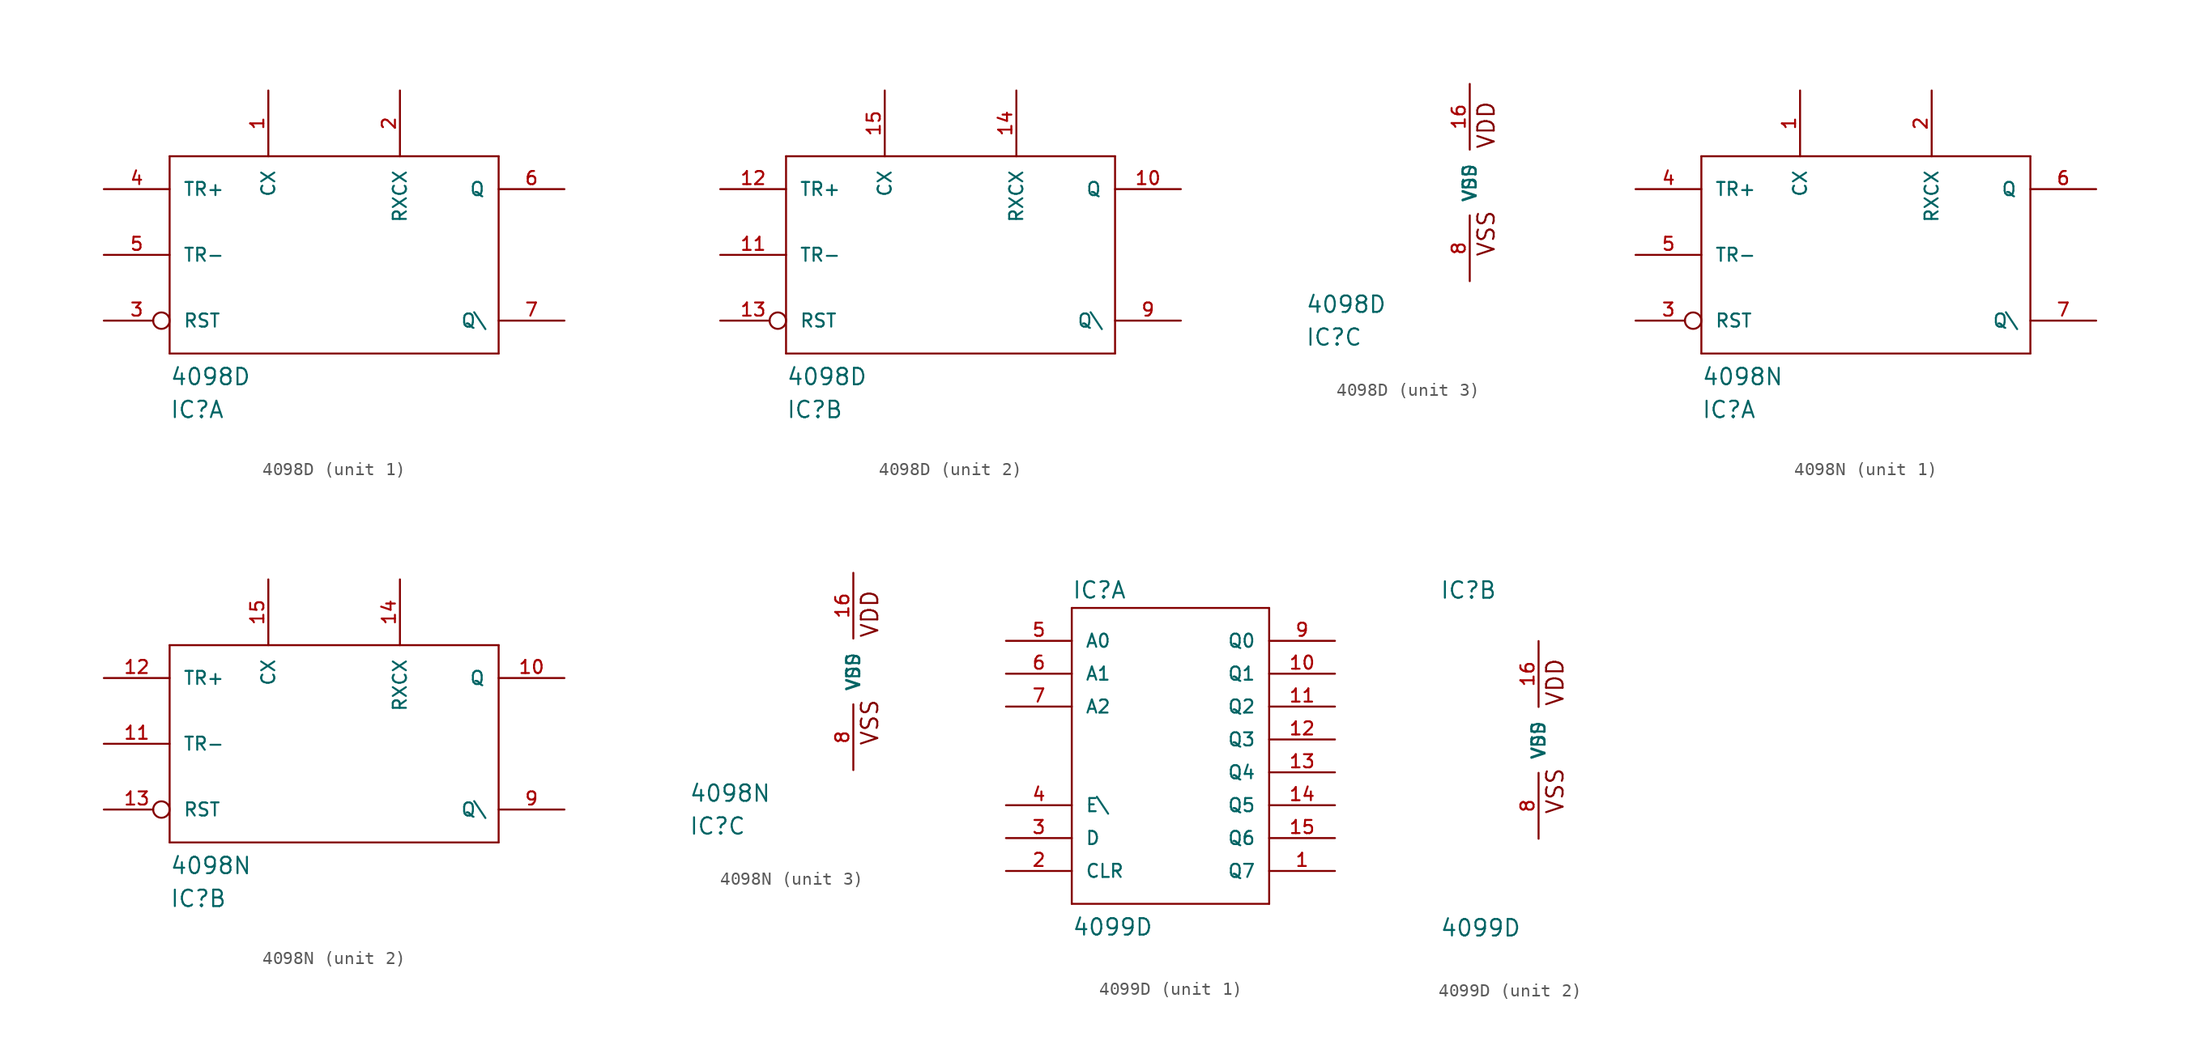
<source format=kicad_sym>
(kicad_symbol_lib
  (version 20211014)
  (generator kicad_symbol_editor)
  (symbol "4098D"
    (pin_names
      (offset 1.016))
    (property "Reference" "IC"
      (at -12.7 -12.7 0)
      (effects (font (size 1.27 1.27)) (justify left bottom)))
    (property "Value" "4098D"
      (at -12.7 -10.16 0)
      (effects (font (size 1.27 1.27)) (justify left bottom)))
    (property "ki_locked" ""
      (at 0 0 0)
      (effects (font (size 1.27 1.27))))
    (symbol "4098D_1_0"
      (polyline (pts (xy -12.7 -7.62) (xy 12.7 -7.62)) (stroke (width 0) (type default) (color 0 0 0 0)) (fill (type none)))
      (polyline (pts (xy -12.7 7.62) (xy -12.7 -7.62)) (stroke (width 0) (type default) (color 0 0 0 0)) (fill (type none)))
      (polyline (pts (xy 12.7 -7.62) (xy 12.7 7.62)) (stroke (width 0) (type default) (color 0 0 0 0)) (fill (type none)))
      (polyline (pts (xy 12.7 7.62) (xy -12.7 7.62)) (stroke (width 0) (type default) (color 0 0 0 0)) (fill (type none))))
    (symbol "4098D_1_1"
      (pin passive line (at -5.08 12.7 270) (length 5.08) (name "CX" (effects (font (size 1.016 1.016)))) (number "1" (effects (font (size 1.016 1.016)))))
      (pin passive line (at 5.08 12.7 270) (length 5.08) (name "RXCX" (effects (font (size 1.016 1.016)))) (number "2" (effects (font (size 1.016 1.016)))))
      (pin input inverted (at -17.78 -5.08 0) (length 5.08) (name "RST" (effects (font (size 1.016 1.016)))) (number "3" (effects (font (size 1.016 1.016)))))
      (pin input line (at -17.78 5.08 0) (length 5.08) (name "TR+" (effects (font (size 1.016 1.016)))) (number "4" (effects (font (size 1.016 1.016)))))
      (pin input line (at -17.78 0 0) (length 5.08) (name "TR-" (effects (font (size 1.016 1.016)))) (number "5" (effects (font (size 1.016 1.016)))))
      (pin output line (at 17.78 5.08 180) (length 5.08) (name "Q" (effects (font (size 1.016 1.016)))) (number "6" (effects (font (size 1.016 1.016)))))
      (pin output line (at 17.78 -5.08 180) (length 5.08) (name "Q\\" (effects (font (size 1.016 1.016)))) (number "7" (effects (font (size 1.016 1.016))))))
    (symbol "4098D_2_0"
      (polyline (pts (xy -12.7 -7.62) (xy 12.7 -7.62)) (stroke (width 0) (type default) (color 0 0 0 0)) (fill (type none)))
      (polyline (pts (xy -12.7 7.62) (xy -12.7 -7.62)) (stroke (width 0) (type default) (color 0 0 0 0)) (fill (type none)))
      (polyline (pts (xy 12.7 -7.62) (xy 12.7 7.62)) (stroke (width 0) (type default) (color 0 0 0 0)) (fill (type none)))
      (polyline (pts (xy 12.7 7.62) (xy -12.7 7.62)) (stroke (width 0) (type default) (color 0 0 0 0)) (fill (type none))))
    (symbol "4098D_2_1"
      (pin output line (at 17.78 5.08 180) (length 5.08) (name "Q" (effects (font (size 1.016 1.016)))) (number "10" (effects (font (size 1.016 1.016)))))
      (pin input line (at -17.78 0 0) (length 5.08) (name "TR-" (effects (font (size 1.016 1.016)))) (number "11" (effects (font (size 1.016 1.016)))))
      (pin input line (at -17.78 5.08 0) (length 5.08) (name "TR+" (effects (font (size 1.016 1.016)))) (number "12" (effects (font (size 1.016 1.016)))))
      (pin input inverted (at -17.78 -5.08 0) (length 5.08) (name "RST" (effects (font (size 1.016 1.016)))) (number "13" (effects (font (size 1.016 1.016)))))
      (pin passive line (at 5.08 12.7 270) (length 5.08) (name "RXCX" (effects (font (size 1.016 1.016)))) (number "14" (effects (font (size 1.016 1.016)))))
      (pin passive line (at -5.08 12.7 270) (length 5.08) (name "CX" (effects (font (size 1.016 1.016)))) (number "15" (effects (font (size 1.016 1.016)))))
      (pin output line (at 17.78 -5.08 180) (length 5.08) (name "Q\\" (effects (font (size 1.016 1.016)))) (number "9" (effects (font (size 1.016 1.016))))))
    (symbol "4098D_3_0"
      (text "VDD" (at 1.27 4.445 1) (effects (font (size 1.27 1.27))))
      (text "VSS" (at 1.27 -3.937 1) (effects (font (size 1.27 1.27)))))
    (symbol "4098D_3_1"
      (pin power_in line (at 0 7.62 270) (length 5.08) (name "VDD" (effects (font (size 1.016 1.016)))) (number "16" (effects (font (size 1.016 1.016)))))
      (pin power_in line (at 0 -7.62 90) (length 5.08) (name "VSS" (effects (font (size 1.016 1.016)))) (number "8" (effects (font (size 1.016 1.016)))))))
  (symbol "4098N"
    (pin_names
      (offset 1.016))
    (property "Reference" "IC"
      (at -12.7 -12.7 0)
      (effects (font (size 1.27 1.27)) (justify left bottom)))
    (property "Value" "4098N"
      (at -12.7 -10.16 0)
      (effects (font (size 1.27 1.27)) (justify left bottom)))
    (property "ki_locked" ""
      (at 0 0 0)
      (effects (font (size 1.27 1.27))))
    (symbol "4098N_1_0"
      (polyline (pts (xy -12.7 -7.62) (xy 12.7 -7.62)) (stroke (width 0) (type default) (color 0 0 0 0)) (fill (type none)))
      (polyline (pts (xy -12.7 7.62) (xy -12.7 -7.62)) (stroke (width 0) (type default) (color 0 0 0 0)) (fill (type none)))
      (polyline (pts (xy 12.7 -7.62) (xy 12.7 7.62)) (stroke (width 0) (type default) (color 0 0 0 0)) (fill (type none)))
      (polyline (pts (xy 12.7 7.62) (xy -12.7 7.62)) (stroke (width 0) (type default) (color 0 0 0 0)) (fill (type none))))
    (symbol "4098N_1_1"
      (pin passive line (at -5.08 12.7 270) (length 5.08) (name "CX" (effects (font (size 1.016 1.016)))) (number "1" (effects (font (size 1.016 1.016)))))
      (pin passive line (at 5.08 12.7 270) (length 5.08) (name "RXCX" (effects (font (size 1.016 1.016)))) (number "2" (effects (font (size 1.016 1.016)))))
      (pin input inverted (at -17.78 -5.08 0) (length 5.08) (name "RST" (effects (font (size 1.016 1.016)))) (number "3" (effects (font (size 1.016 1.016)))))
      (pin input line (at -17.78 5.08 0) (length 5.08) (name "TR+" (effects (font (size 1.016 1.016)))) (number "4" (effects (font (size 1.016 1.016)))))
      (pin input line (at -17.78 0 0) (length 5.08) (name "TR-" (effects (font (size 1.016 1.016)))) (number "5" (effects (font (size 1.016 1.016)))))
      (pin output line (at 17.78 5.08 180) (length 5.08) (name "Q" (effects (font (size 1.016 1.016)))) (number "6" (effects (font (size 1.016 1.016)))))
      (pin output line (at 17.78 -5.08 180) (length 5.08) (name "Q\\" (effects (font (size 1.016 1.016)))) (number "7" (effects (font (size 1.016 1.016))))))
    (symbol "4098N_2_0"
      (polyline (pts (xy -12.7 -7.62) (xy 12.7 -7.62)) (stroke (width 0) (type default) (color 0 0 0 0)) (fill (type none)))
      (polyline (pts (xy -12.7 7.62) (xy -12.7 -7.62)) (stroke (width 0) (type default) (color 0 0 0 0)) (fill (type none)))
      (polyline (pts (xy 12.7 -7.62) (xy 12.7 7.62)) (stroke (width 0) (type default) (color 0 0 0 0)) (fill (type none)))
      (polyline (pts (xy 12.7 7.62) (xy -12.7 7.62)) (stroke (width 0) (type default) (color 0 0 0 0)) (fill (type none))))
    (symbol "4098N_2_1"
      (pin output line (at 17.78 5.08 180) (length 5.08) (name "Q" (effects (font (size 1.016 1.016)))) (number "10" (effects (font (size 1.016 1.016)))))
      (pin input line (at -17.78 0 0) (length 5.08) (name "TR-" (effects (font (size 1.016 1.016)))) (number "11" (effects (font (size 1.016 1.016)))))
      (pin input line (at -17.78 5.08 0) (length 5.08) (name "TR+" (effects (font (size 1.016 1.016)))) (number "12" (effects (font (size 1.016 1.016)))))
      (pin input inverted (at -17.78 -5.08 0) (length 5.08) (name "RST" (effects (font (size 1.016 1.016)))) (number "13" (effects (font (size 1.016 1.016)))))
      (pin passive line (at 5.08 12.7 270) (length 5.08) (name "RXCX" (effects (font (size 1.016 1.016)))) (number "14" (effects (font (size 1.016 1.016)))))
      (pin passive line (at -5.08 12.7 270) (length 5.08) (name "CX" (effects (font (size 1.016 1.016)))) (number "15" (effects (font (size 1.016 1.016)))))
      (pin output line (at 17.78 -5.08 180) (length 5.08) (name "Q\\" (effects (font (size 1.016 1.016)))) (number "9" (effects (font (size 1.016 1.016))))))
    (symbol "4098N_3_0"
      (text "VDD" (at 1.27 4.445 1) (effects (font (size 1.27 1.27))))
      (text "VSS" (at 1.27 -3.937 1) (effects (font (size 1.27 1.27)))))
    (symbol "4098N_3_1"
      (pin power_in line (at 0 7.62 270) (length 5.08) (name "VDD" (effects (font (size 1.016 1.016)))) (number "16" (effects (font (size 1.016 1.016)))))
      (pin power_in line (at 0 -7.62 90) (length 5.08) (name "VSS" (effects (font (size 1.016 1.016)))) (number "8" (effects (font (size 1.016 1.016)))))))
  (symbol "4099D"
    (pin_names
      (offset 1.016))
    (property "Reference" "IC"
      (at -7.62 10.795 0)
      (effects (font (size 1.27 1.27)) (justify left bottom)))
    (property "Value" "4099D"
      (at -7.62 -15.24 0)
      (effects (font (size 1.27 1.27)) (justify left bottom)))
    (property "ki_locked" ""
      (at 0 0 0)
      (effects (font (size 1.27 1.27))))
    (symbol "4099D_1_0"
      (polyline (pts (xy -7.62 -12.7) (xy 7.62 -12.7)) (stroke (width 0) (type default) (color 0 0 0 0)) (fill (type none)))
      (polyline (pts (xy -7.62 10.16) (xy -7.62 -12.7)) (stroke (width 0) (type default) (color 0 0 0 0)) (fill (type none)))
      (polyline (pts (xy 7.62 -12.7) (xy 7.62 10.16)) (stroke (width 0) (type default) (color 0 0 0 0)) (fill (type none)))
      (polyline (pts (xy 7.62 10.16) (xy -7.62 10.16)) (stroke (width 0) (type default) (color 0 0 0 0)) (fill (type none))))
    (symbol "4099D_1_1"
      (pin output line (at 12.7 -10.16 180) (length 5.08) (name "Q7" (effects (font (size 1.016 1.016)))) (number "1" (effects (font (size 1.016 1.016)))))
      (pin output line (at 12.7 5.08 180) (length 5.08) (name "Q1" (effects (font (size 1.016 1.016)))) (number "10" (effects (font (size 1.016 1.016)))))
      (pin output line (at 12.7 2.54 180) (length 5.08) (name "Q2" (effects (font (size 1.016 1.016)))) (number "11" (effects (font (size 1.016 1.016)))))
      (pin output line (at 12.7 0 180) (length 5.08) (name "Q3" (effects (font (size 1.016 1.016)))) (number "12" (effects (font (size 1.016 1.016)))))
      (pin output line (at 12.7 -2.54 180) (length 5.08) (name "Q4" (effects (font (size 1.016 1.016)))) (number "13" (effects (font (size 1.016 1.016)))))
      (pin output line (at 12.7 -5.08 180) (length 5.08) (name "Q5" (effects (font (size 1.016 1.016)))) (number "14" (effects (font (size 1.016 1.016)))))
      (pin output line (at 12.7 -7.62 180) (length 5.08) (name "Q6" (effects (font (size 1.016 1.016)))) (number "15" (effects (font (size 1.016 1.016)))))
      (pin input line (at -12.7 -10.16 0) (length 5.08) (name "CLR" (effects (font (size 1.016 1.016)))) (number "2" (effects (font (size 1.016 1.016)))))
      (pin input line (at -12.7 -7.62 0) (length 5.08) (name "D" (effects (font (size 1.016 1.016)))) (number "3" (effects (font (size 1.016 1.016)))))
      (pin input line (at -12.7 -5.08 0) (length 5.08) (name "E\\" (effects (font (size 1.016 1.016)))) (number "4" (effects (font (size 1.016 1.016)))))
      (pin input line (at -12.7 7.62 0) (length 5.08) (name "A0" (effects (font (size 1.016 1.016)))) (number "5" (effects (font (size 1.016 1.016)))))
      (pin input line (at -12.7 5.08 0) (length 5.08) (name "A1" (effects (font (size 1.016 1.016)))) (number "6" (effects (font (size 1.016 1.016)))))
      (pin input line (at -12.7 2.54 0) (length 5.08) (name "A2" (effects (font (size 1.016 1.016)))) (number "7" (effects (font (size 1.016 1.016)))))
      (pin output line (at 12.7 7.62 180) (length 5.08) (name "Q0" (effects (font (size 1.016 1.016)))) (number "9" (effects (font (size 1.016 1.016))))))
    (symbol "4099D_2_0"
      (text "VDD" (at 1.27 4.445 1) (effects (font (size 1.27 1.27))))
      (text "VSS" (at 1.27 -3.937 1) (effects (font (size 1.27 1.27)))))
    (symbol "4099D_2_1"
      (pin power_in line (at 0 7.62 270) (length 5.08) (name "VDD" (effects (font (size 1.016 1.016)))) (number "16" (effects (font (size 1.016 1.016)))))
      (pin power_in line (at 0 -7.62 90) (length 5.08) (name "VSS" (effects (font (size 1.016 1.016)))) (number "8" (effects (font (size 1.016 1.016))))))))
</source>
